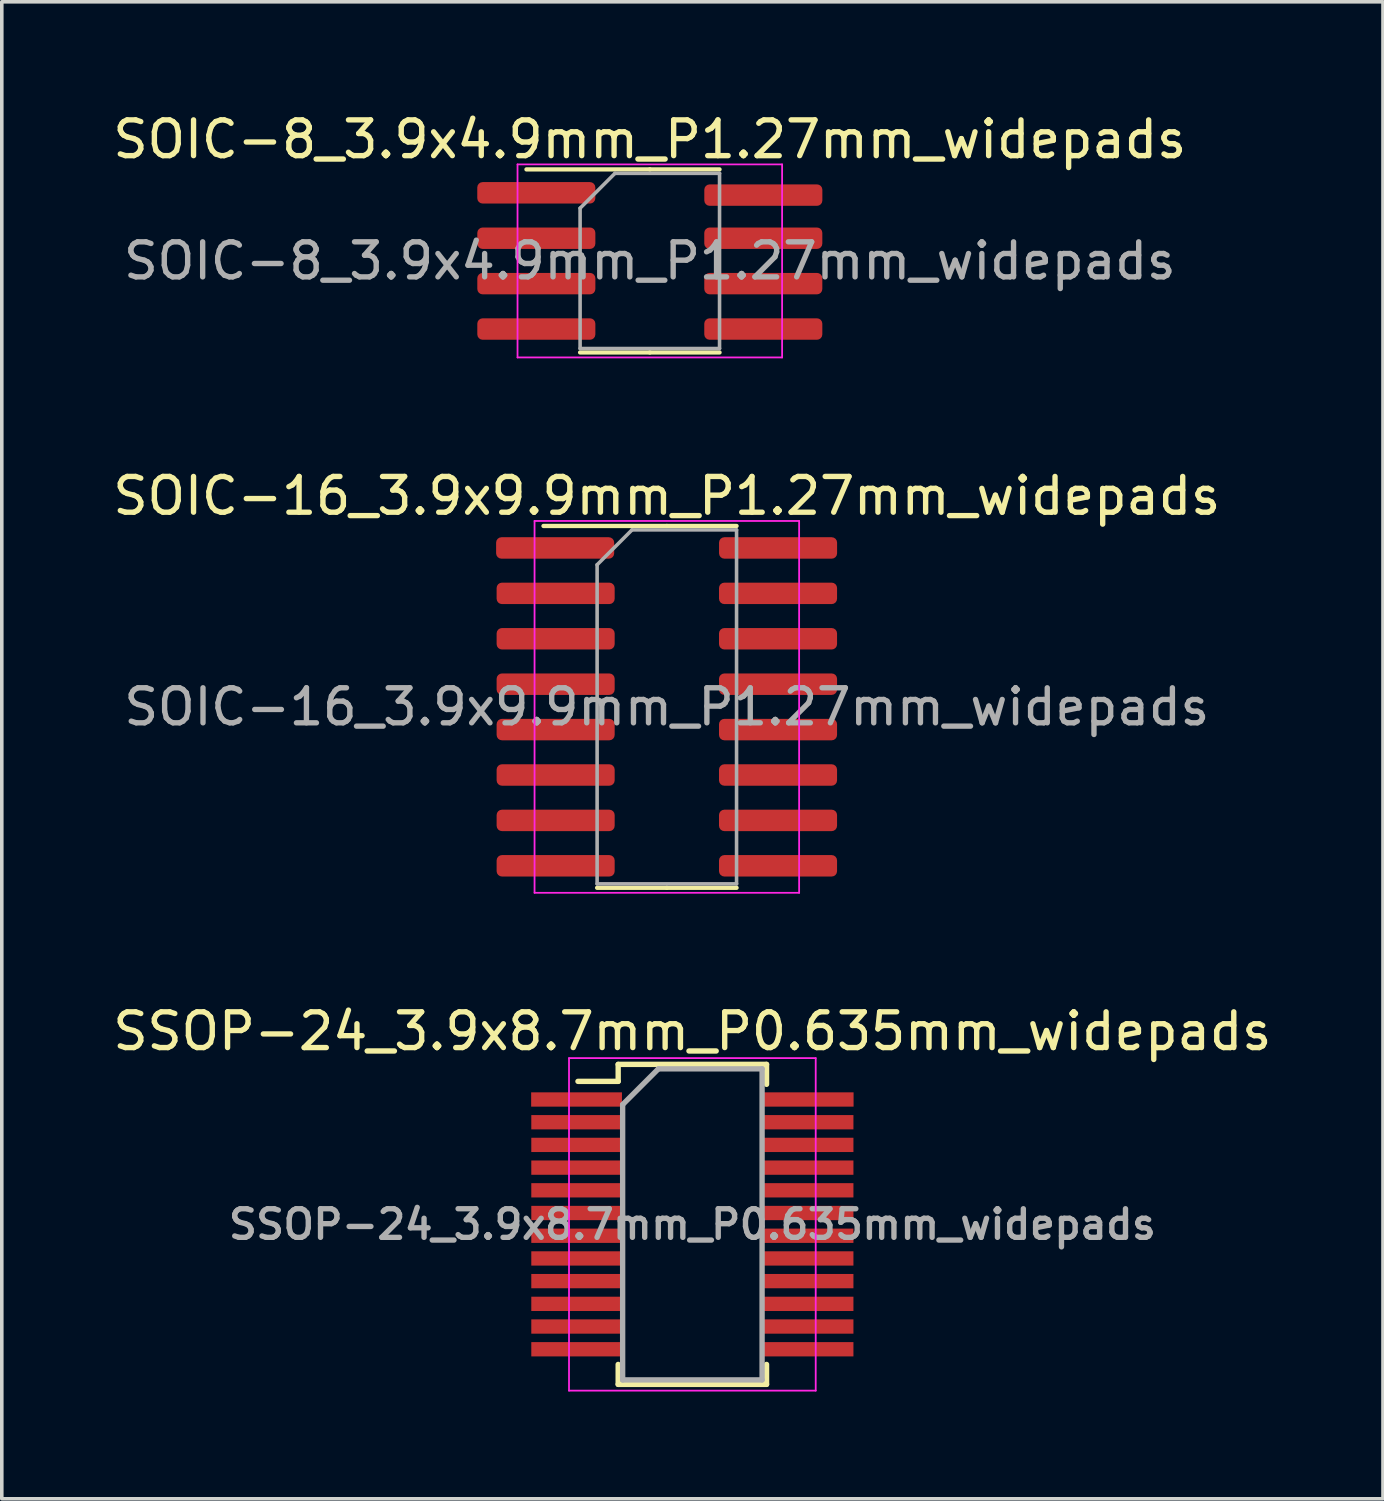
<source format=kicad_pcb>
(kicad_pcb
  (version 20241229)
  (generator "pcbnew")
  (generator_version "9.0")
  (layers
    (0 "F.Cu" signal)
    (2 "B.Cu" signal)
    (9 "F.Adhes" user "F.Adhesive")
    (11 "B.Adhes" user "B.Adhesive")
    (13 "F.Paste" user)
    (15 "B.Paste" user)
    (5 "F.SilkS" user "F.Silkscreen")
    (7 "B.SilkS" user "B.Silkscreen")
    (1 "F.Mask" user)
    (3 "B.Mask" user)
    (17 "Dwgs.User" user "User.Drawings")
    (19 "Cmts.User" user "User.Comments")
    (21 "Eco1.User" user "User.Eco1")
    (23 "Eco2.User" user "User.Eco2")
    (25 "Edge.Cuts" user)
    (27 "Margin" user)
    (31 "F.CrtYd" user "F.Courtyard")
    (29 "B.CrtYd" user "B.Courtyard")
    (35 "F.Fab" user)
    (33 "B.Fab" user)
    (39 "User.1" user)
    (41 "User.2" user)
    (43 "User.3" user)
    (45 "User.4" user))
  (footprint "SSOP-24_3.9x8.7mm_P0.635mm_widepads"
    (layer "F.Cu")
    (at 16.315 31.195)
    (property "Reference" "SSOP-24_3.9x8.7mm_P0.635mm_widepads" (at 0 -5.4 0) (layer "F.SilkS") (effects (font (size 1 1) (thickness 0.15))))
    (attr smd)
    (fp_line (start -2.075 -4.475) (end -2.075 -4) (stroke (width 0.15) (type solid)) (layer "F.SilkS"))
    (fp_line (start -2.075 -4.475) (end 2.075 -4.475) (stroke (width 0.15) (type solid)) (layer "F.SilkS"))
    (fp_line (start -2.075 -4) (end -3.2 -4) (stroke (width 0.15) (type solid)) (layer "F.SilkS"))
    (fp_line (start -2.075 4.475) (end -2.075 3.917) (stroke (width 0.15) (type solid)) (layer "F.SilkS"))
    (fp_line (start -2.075 4.475) (end 2.075 4.475) (stroke (width 0.15) (type solid)) (layer "F.SilkS"))
    (fp_line (start 2.075 -4.475) (end 2.075 -3.917) (stroke (width 0.15) (type solid)) (layer "F.SilkS"))
    (fp_line (start 2.075 4.475) (end 2.075 3.917) (stroke (width 0.15) (type solid)) (layer "F.SilkS"))
    (fp_line (start -3.45 -4.65) (end -3.45 4.65) (stroke (width 0.05) (type solid)) (layer "F.CrtYd"))
    (fp_line (start -3.45 -4.65) (end 3.45 -4.65) (stroke (width 0.05) (type solid)) (layer "F.CrtYd"))
    (fp_line (start -3.45 4.65) (end 3.45 4.65) (stroke (width 0.05) (type solid)) (layer "F.CrtYd"))
    (fp_line (start 3.45 -4.65) (end 3.45 4.65) (stroke (width 0.05) (type solid)) (layer "F.CrtYd"))
    (fp_line (start -1.95 -3.35) (end -0.95 -4.35) (stroke (width 0.15) (type solid)) (layer "F.Fab"))
    (fp_line (start -1.95 4.35) (end -1.95 -3.35) (stroke (width 0.15) (type solid)) (layer "F.Fab"))
    (fp_line (start -0.95 -4.35) (end 1.95 -4.35) (stroke (width 0.15) (type solid)) (layer "F.Fab"))
    (fp_line (start 1.95 -4.35) (end 1.95 4.35) (stroke (width 0.15) (type solid)) (layer "F.Fab"))
    (fp_line (start 1.95 4.35) (end -1.95 4.35) (stroke (width 0.15) (type solid)) (layer "F.Fab"))
    (fp_text user "${REFERENCE}" (at 0 0 0) (layer "F.Fab") (effects (font (size 0.8 0.8) (thickness 0.15))))
    (pad "1" smd rect (at -3.239 -3.493) (size 2.54 0.4) (layers "F.Cu" "F.Mask" "F.Paste"))
    (pad "2" smd rect (at -3.235 -2.857) (size 2.54 0.4) (layers "F.Cu" "F.Mask" "F.Paste"))
    (pad "3" smd rect (at -3.235 -2.223) (size 2.54 0.4) (layers "F.Cu" "F.Mask" "F.Paste"))
    (pad "4" smd rect (at -3.235 -1.587) (size 2.54 0.4) (layers "F.Cu" "F.Mask" "F.Paste"))
    (pad "5" smd rect (at -3.235 -0.953) (size 2.54 0.4) (layers "F.Cu" "F.Mask" "F.Paste"))
    (pad "6" smd rect (at -3.235 -0.318) (size 2.54 0.4) (layers "F.Cu" "F.Mask" "F.Paste"))
    (pad "7" smd rect (at -3.235 0.318) (size 2.54 0.4) (layers "F.Cu" "F.Mask" "F.Paste"))
    (pad "8" smd rect (at -3.235 0.953) (size 2.54 0.4) (layers "F.Cu" "F.Mask" "F.Paste"))
    (pad "9" smd rect (at -3.235 1.587) (size 2.54 0.4) (layers "F.Cu" "F.Mask" "F.Paste"))
    (pad "10" smd rect (at -3.235 2.223) (size 2.54 0.4) (layers "F.Cu" "F.Mask" "F.Paste"))
    (pad "11" smd rect (at -3.235 2.857) (size 2.54 0.4) (layers "F.Cu" "F.Mask" "F.Paste"))
    (pad "12" smd rect (at -3.235 3.493) (size 2.54 0.4) (layers "F.Cu" "F.Mask" "F.Paste"))
    (pad "13" smd rect (at 3.235 3.493) (size 2.54 0.4) (layers "F.Cu" "F.Mask" "F.Paste"))
    (pad "14" smd rect (at 3.235 2.857) (size 2.54 0.4) (layers "F.Cu" "F.Mask" "F.Paste"))
    (pad "15" smd rect (at 3.235 2.223) (size 2.54 0.4) (layers "F.Cu" "F.Mask" "F.Paste"))
    (pad "16" smd rect (at 3.235 1.587) (size 2.54 0.4) (layers "F.Cu" "F.Mask" "F.Paste"))
    (pad "17" smd rect (at 3.235 0.953) (size 2.54 0.4) (layers "F.Cu" "F.Mask" "F.Paste"))
    (pad "18" smd rect (at 3.235 0.318) (size 2.54 0.4) (layers "F.Cu" "F.Mask" "F.Paste"))
    (pad "19" smd rect (at 3.235 -0.318) (size 2.54 0.4) (layers "F.Cu" "F.Mask" "F.Paste"))
    (pad "20" smd rect (at 3.235 -0.953) (size 2.54 0.4) (layers "F.Cu" "F.Mask" "F.Paste"))
    (pad "21" smd rect (at 3.235 -1.587) (size 2.54 0.4) (layers "F.Cu" "F.Mask" "F.Paste"))
    (pad "22" smd rect (at 3.235 -2.223) (size 2.54 0.4) (layers "F.Cu" "F.Mask" "F.Paste"))
    (pad "23" smd rect (at 3.235 -2.857) (size 2.54 0.4) (layers "F.Cu" "F.Mask" "F.Paste"))
    (pad "24" smd rect (at 3.239 -3.493) (size 2.54 0.4) (layers "F.Cu" "F.Mask" "F.Paste")))
  (footprint "SOIC-8_3.9x4.9mm_P1.27mm_widepads"
    (layer "F.Cu")
    (at 15.125 4.248)
    (property "Reference" "SOIC-8_3.9x4.9mm_P1.27mm_widepads" (at 0 -3.4 0) (layer "F.SilkS") (effects (font (size 1 1) (thickness 0.15))))
    (attr smd)
    (fp_line (start 0 -2.56) (end -3.45 -2.56) (stroke (width 0.12) (type solid)) (layer "F.SilkS"))
    (fp_line (start 0 -2.56) (end 1.95 -2.56) (stroke (width 0.12) (type solid)) (layer "F.SilkS"))
    (fp_line (start 0 2.56) (end -1.95 2.56) (stroke (width 0.12) (type solid)) (layer "F.SilkS"))
    (fp_line (start 0 2.56) (end 1.95 2.56) (stroke (width 0.12) (type solid)) (layer "F.SilkS"))
    (fp_line (start -3.7 -2.7) (end -3.7 2.7) (stroke (width 0.05) (type solid)) (layer "F.CrtYd"))
    (fp_line (start -3.7 2.7) (end 3.7 2.7) (stroke (width 0.05) (type solid)) (layer "F.CrtYd"))
    (fp_line (start 3.7 -2.7) (end -3.7 -2.7) (stroke (width 0.05) (type solid)) (layer "F.CrtYd"))
    (fp_line (start 3.7 2.7) (end 3.7 -2.7) (stroke (width 0.05) (type solid)) (layer "F.CrtYd"))
    (fp_line (start -1.95 -1.475) (end -0.975 -2.45) (stroke (width 0.1) (type solid)) (layer "F.Fab"))
    (fp_line (start -1.95 2.45) (end -1.95 -1.475) (stroke (width 0.1) (type solid)) (layer "F.Fab"))
    (fp_line (start -0.975 -2.45) (end 1.95 -2.45) (stroke (width 0.1) (type solid)) (layer "F.Fab"))
    (fp_line (start 1.95 -2.45) (end 1.95 2.45) (stroke (width 0.1) (type solid)) (layer "F.Fab"))
    (fp_line (start 1.95 2.45) (end -1.95 2.45) (stroke (width 0.1) (type solid)) (layer "F.Fab"))
    (fp_text user "${REFERENCE}" (at 0 0 0) (layer "F.Fab") (effects (font (size 0.98 0.98) (thickness 0.15))))
    (pad "1" smd roundrect (at -3.175 -1.905) (size 3.302 0.6) (layers "F.Cu" "F.Mask" "F.Paste") (roundrect_rratio 0.25))
    (pad "2" smd roundrect (at -3.174 -0.635) (size 3.302 0.6) (layers "F.Cu" "F.Mask" "F.Paste") (roundrect_rratio 0.25))
    (pad "3" smd roundrect (at -3.174 0.635) (size 3.302 0.6) (layers "F.Cu" "F.Mask" "F.Paste") (roundrect_rratio 0.25))
    (pad "4" smd roundrect (at -3.174 1.905) (size 3.302 0.6) (layers "F.Cu" "F.Mask" "F.Paste") (roundrect_rratio 0.25))
    (pad "5" smd roundrect (at 3.174 1.905) (size 3.302 0.6) (layers "F.Cu" "F.Mask" "F.Paste") (roundrect_rratio 0.25))
    (pad "6" smd roundrect (at 3.174 0.635) (size 3.302 0.6) (layers "F.Cu" "F.Mask" "F.Paste") (roundrect_rratio 0.25))
    (pad "7" smd roundrect (at 3.174 -0.635) (size 3.302 0.6) (layers "F.Cu" "F.Mask" "F.Paste") (roundrect_rratio 0.25))
    (pad "8" smd roundrect (at 3.175 -1.841) (size 3.302 0.6) (layers "F.Cu" "F.Mask" "F.Paste") (roundrect_rratio 0.25)))
  (footprint "SOIC-16_3.9x9.9mm_P1.27mm_widepads"
    (layer "F.Cu")
    (at 15.601 16.721)
    (property "Reference" "SOIC-16_3.9x9.9mm_P1.27mm_widepads" (at 0 -5.9 0) (layer "F.SilkS") (effects (font (size 1 1) (thickness 0.15))))
    (attr smd)
    (fp_line (start 0 -5.06) (end -3.45 -5.06) (stroke (width 0.12) (type solid)) (layer "F.SilkS"))
    (fp_line (start 0 -5.06) (end 1.95 -5.06) (stroke (width 0.12) (type solid)) (layer "F.SilkS"))
    (fp_line (start 0 5.06) (end -1.95 5.06) (stroke (width 0.12) (type solid)) (layer "F.SilkS"))
    (fp_line (start 0 5.06) (end 1.95 5.06) (stroke (width 0.12) (type solid)) (layer "F.SilkS"))
    (fp_line (start -3.7 -5.2) (end -3.7 5.2) (stroke (width 0.05) (type solid)) (layer "F.CrtYd"))
    (fp_line (start -3.7 5.2) (end 3.7 5.2) (stroke (width 0.05) (type solid)) (layer "F.CrtYd"))
    (fp_line (start 3.7 -5.2) (end -3.7 -5.2) (stroke (width 0.05) (type solid)) (layer "F.CrtYd"))
    (fp_line (start 3.7 5.2) (end 3.7 -5.2) (stroke (width 0.05) (type solid)) (layer "F.CrtYd"))
    (fp_line (start -1.95 -3.975) (end -0.975 -4.95) (stroke (width 0.1) (type solid)) (layer "F.Fab"))
    (fp_line (start -1.95 4.95) (end -1.95 -3.975) (stroke (width 0.1) (type solid)) (layer "F.Fab"))
    (fp_line (start -0.975 -4.95) (end 1.95 -4.95) (stroke (width 0.1) (type solid)) (layer "F.Fab"))
    (fp_line (start 1.95 -4.95) (end 1.95 4.95) (stroke (width 0.1) (type solid)) (layer "F.Fab"))
    (fp_line (start 1.95 4.95) (end -1.95 4.95) (stroke (width 0.1) (type solid)) (layer "F.Fab"))
    (fp_text user "${REFERENCE}" (at 0 0 0) (layer "F.Fab") (effects (font (size 0.98 0.98) (thickness 0.15))))
    (pad "1" smd roundrect (at -3.124 -4.445) (size 3.302 0.6) (layers "F.Cu" "F.Mask" "F.Paste") (roundrect_rratio 0.25))
    (pad "2" smd roundrect (at -3.11 -3.175) (size 3.302 0.6) (layers "F.Cu" "F.Mask" "F.Paste") (roundrect_rratio 0.25))
    (pad "3" smd roundrect (at -3.11 -1.905) (size 3.302 0.6) (layers "F.Cu" "F.Mask" "F.Paste") (roundrect_rratio 0.25))
    (pad "4" smd roundrect (at -3.11 -0.635) (size 3.302 0.6) (layers "F.Cu" "F.Mask" "F.Paste") (roundrect_rratio 0.25))
    (pad "5" smd roundrect (at -3.11 0.635) (size 3.302 0.6) (layers "F.Cu" "F.Mask" "F.Paste") (roundrect_rratio 0.25))
    (pad "6" smd roundrect (at -3.11 1.905) (size 3.302 0.6) (layers "F.Cu" "F.Mask" "F.Paste") (roundrect_rratio 0.25))
    (pad "7" smd roundrect (at -3.11 3.175) (size 3.302 0.6) (layers "F.Cu" "F.Mask" "F.Paste") (roundrect_rratio 0.25))
    (pad "8" smd roundrect (at -3.11 4.445) (size 3.302 0.6) (layers "F.Cu" "F.Mask" "F.Paste") (roundrect_rratio 0.25))
    (pad "9" smd roundrect (at 3.11 4.445) (size 3.302 0.6) (layers "F.Cu" "F.Mask" "F.Paste") (roundrect_rratio 0.25))
    (pad "10" smd roundrect (at 3.11 3.175) (size 3.302 0.6) (layers "F.Cu" "F.Mask" "F.Paste") (roundrect_rratio 0.25))
    (pad "11" smd roundrect (at 3.11 1.905) (size 3.302 0.6) (layers "F.Cu" "F.Mask" "F.Paste") (roundrect_rratio 0.25))
    (pad "12" smd roundrect (at 3.11 0.635) (size 3.302 0.6) (layers "F.Cu" "F.Mask" "F.Paste") (roundrect_rratio 0.25))
    (pad "13" smd roundrect (at 3.11 -0.635) (size 3.302 0.6) (layers "F.Cu" "F.Mask" "F.Paste") (roundrect_rratio 0.25))
    (pad "14" smd roundrect (at 3.11 -1.905) (size 3.302 0.6) (layers "F.Cu" "F.Mask" "F.Paste") (roundrect_rratio 0.25))
    (pad "15" smd roundrect (at 3.11 -3.175) (size 3.302 0.6) (layers "F.Cu" "F.Mask" "F.Paste") (roundrect_rratio 0.25))
    (pad "16" smd roundrect (at 3.111 -4.445) (size 3.302 0.6) (layers "F.Cu" "F.Mask" "F.Paste") (roundrect_rratio 0.25)))
  (gr_rect
    (start -3 -3)
    (end 35.631 38.87)
    (stroke (width 0.1) (type default))
    (fill no)
    (layer "Edge.Cuts")))
</source>
